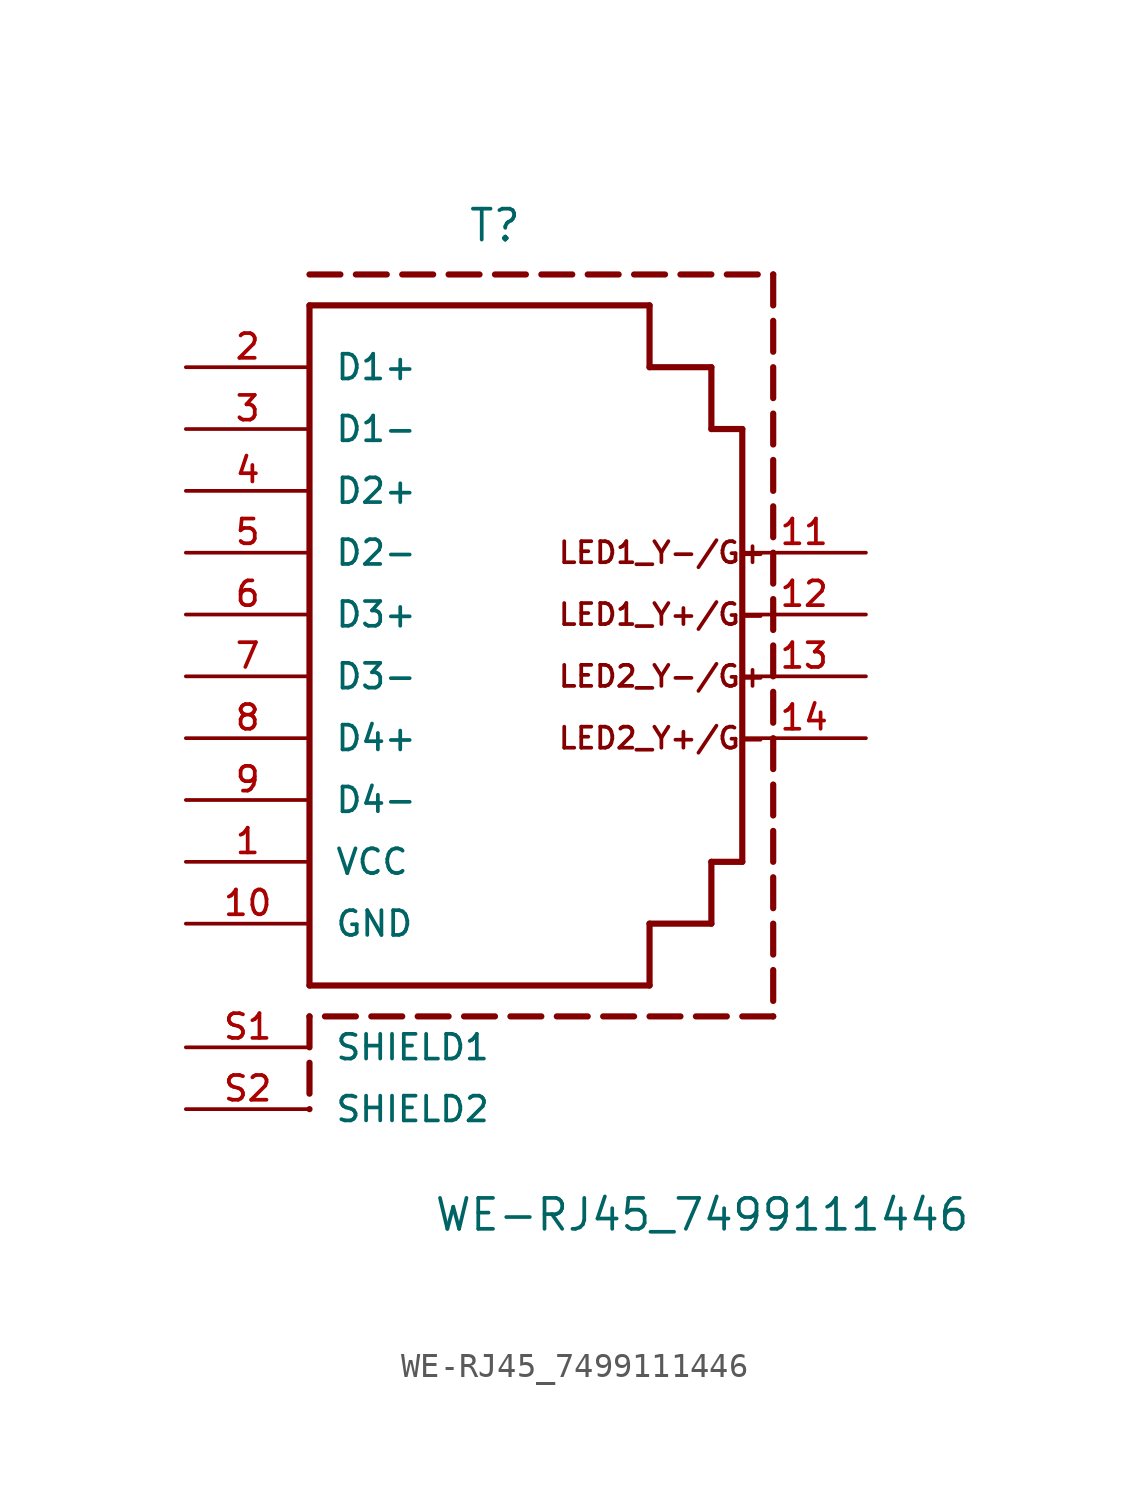
<source format=kicad_sym>
(kicad_symbol_lib
  (version 20211014)
  (generator kicad_symbol_editor)
  (symbol "WE-RJ45_7499111446"
    (pin_names
      (offset 1.016))
    (property "Reference" "T"
      (at 0.0 17.78 0)
      (effects (font (size 1.27 1.27)) (justify bottom)))
    (property "Value" "WE-RJ45_7499111446"
      (at -2.54 -22.86 0)
      (effects (font (size 1.27 1.27)) (justify bottom left)))
    (symbol "WE-RJ45_7499111446_0_0"
      (text "LED1_Y+/G-" (at 2.54 2.54 0) (effects (font (size 0.864 0.864)) (justify left)))
      (text "LED1_Y-/G+" (at 2.54 5.08 0) (effects (font (size 0.864 0.864)) (justify left)))
      (text "LED2_Y-/G+" (at 2.54 0.0 0) (effects (font (size 0.864 0.864)) (justify left)))
      (text "LED2_Y+/G-" (at 2.54 -2.54 0) (effects (font (size 0.864 0.864)) (justify left)))
      (polyline (pts (xy -7.62 15.24) (xy 6.35 15.24)) (stroke (width 0.254)))
      (polyline (pts (xy 10.16 10.16) (xy 10.16 -7.62)) (stroke (width 0.254)))
      (polyline (pts (xy 6.35 -12.7) (xy -7.62 -12.7)) (stroke (width 0.254)))
      (polyline (pts (xy -7.62 -12.7) (xy -7.62 15.24)) (stroke (width 0.254)))
      (polyline (pts (xy 6.35 15.24) (xy 6.35 12.7)) (stroke (width 0.254)))
      (polyline (pts (xy 6.35 12.7) (xy 8.89 12.7)) (stroke (width 0.254)))
      (polyline (pts (xy 8.89 12.7) (xy 8.89 10.16)) (stroke (width 0.254)))
      (polyline (pts (xy 8.89 10.16) (xy 10.16 10.16)) (stroke (width 0.254)))
      (polyline (pts (xy 6.35 -12.7) (xy 6.35 -10.16)) (stroke (width 0.254)))
      (polyline (pts (xy 6.35 -10.16) (xy 8.89 -10.16)) (stroke (width 0.254)))
      (polyline (pts (xy 8.89 -10.16) (xy 8.89 -7.62)) (stroke (width 0.254)))
      (polyline (pts (xy 8.89 -7.62) (xy 10.16 -7.62)) (stroke (width 0.254)))
      (polyline (pts (xy -7.62 16.51) (xy -6.35 16.51)) (stroke (width 0.254)))
      (polyline (pts (xy -5.715 16.51) (xy -4.445 16.51)) (stroke (width 0.254)))
      (polyline (pts (xy -3.81 16.51) (xy -2.54 16.51)) (stroke (width 0.254)))
      (polyline (pts (xy -1.905 16.51) (xy -0.635 16.51)) (stroke (width 0.254)))
      (polyline (pts (xy -8.88178e-16 16.51) (xy 1.27 16.51)) (stroke (width 0.254)))
      (polyline (pts (xy 1.905 16.51) (xy 3.175 16.51)) (stroke (width 0.254)))
      (polyline (pts (xy 3.81 16.51) (xy 5.08 16.51)) (stroke (width 0.254)))
      (polyline (pts (xy 5.715 16.51) (xy 6.985 16.51)) (stroke (width 0.254)))
      (polyline (pts (xy 7.62 16.51) (xy 8.89 16.51)) (stroke (width 0.254)))
      (polyline (pts (xy 9.525 16.51) (xy 10.795 16.51)) (stroke (width 0.254)))
      (polyline (pts (xy 11.43 16.51) (xy 11.43 16.51)) (stroke (width 0.254)))
      (polyline (pts (xy 11.43 16.51) (xy 11.43 15.24)) (stroke (width 0.254)))
      (polyline (pts (xy 11.43 14.605) (xy 11.43 13.335)) (stroke (width 0.254)))
      (polyline (pts (xy 11.43 12.7) (xy 11.43 11.43)) (stroke (width 0.254)))
      (polyline (pts (xy 11.43 10.795) (xy 11.43 9.525)) (stroke (width 0.254)))
      (polyline (pts (xy 11.43 8.89) (xy 11.43 7.62)) (stroke (width 0.254)))
      (polyline (pts (xy 11.43 6.985) (xy 11.43 5.715)) (stroke (width 0.254)))
      (polyline (pts (xy 11.43 5.08) (xy 11.43 3.81)) (stroke (width 0.254)))
      (polyline (pts (xy 11.43 3.175) (xy 11.43 1.905)) (stroke (width 0.254)))
      (polyline (pts (xy 11.43 1.27) (xy 11.43 0.0)) (stroke (width 0.254)))
      (polyline (pts (xy 11.43 -0.635) (xy 11.43 -1.905)) (stroke (width 0.254)))
      (polyline (pts (xy 11.43 -2.54) (xy 11.43 -3.81)) (stroke (width 0.254)))
      (polyline (pts (xy 11.43 -4.445) (xy 11.43 -5.715)) (stroke (width 0.254)))
      (polyline (pts (xy 11.43 -6.35) (xy 11.43 -7.62)) (stroke (width 0.254)))
      (polyline (pts (xy 11.43 -8.255) (xy 11.43 -9.525)) (stroke (width 0.254)))
      (polyline (pts (xy 11.43 -10.16) (xy 11.43 -11.43)) (stroke (width 0.254)))
      (polyline (pts (xy 11.43 -12.065) (xy 11.43 -13.335)) (stroke (width 0.254)))
      (polyline (pts (xy 11.43 -13.97) (xy 11.43 -13.97)) (stroke (width 0.254)))
      (polyline (pts (xy 11.43 -13.97) (xy 10.16 -13.97)) (stroke (width 0.254)))
      (polyline (pts (xy 9.525 -13.97) (xy 8.255 -13.97)) (stroke (width 0.254)))
      (polyline (pts (xy 7.62 -13.97) (xy 6.35 -13.97)) (stroke (width 0.254)))
      (polyline (pts (xy 5.715 -13.97) (xy 4.445 -13.97)) (stroke (width 0.254)))
      (polyline (pts (xy 3.81 -13.97) (xy 2.54 -13.97)) (stroke (width 0.254)))
      (polyline (pts (xy 1.905 -13.97) (xy 0.635 -13.97)) (stroke (width 0.254)))
      (polyline (pts (xy 0.0 -13.97) (xy -1.27 -13.97)) (stroke (width 0.254)))
      (polyline (pts (xy -1.905 -13.97) (xy -3.175 -13.97)) (stroke (width 0.254)))
      (polyline (pts (xy -3.81 -13.97) (xy -5.08 -13.97)) (stroke (width 0.254)))
      (polyline (pts (xy -5.715 -13.97) (xy -6.985 -13.97)) (stroke (width 0.254)))
      (polyline (pts (xy -7.62 -13.97) (xy -7.62 -13.97)) (stroke (width 0.254)))
      (polyline (pts (xy -7.62 -13.97) (xy -7.62 -15.24)) (stroke (width 0.254)))
      (polyline (pts (xy -7.62 -15.875) (xy -7.62 -17.145)) (stroke (width 0.254)))
      (polyline (pts (xy -7.62 -17.78) (xy -7.62 -17.78)) (stroke (width 0.254)))
      (pin passive line (at -12.7 -5.08 0) (length 5.08) (name "D4-" (effects (font (size 1.016 1.016)))) (number "9" (effects (font (size 1.016 1.016)))))
      (pin passive line (at -12.7 2.54 0) (length 5.08) (name "D3+" (effects (font (size 1.016 1.016)))) (number "6" (effects (font (size 1.016 1.016)))))
      (pin passive line (at -12.7 -10.16 0) (length 5.08) (name "GND" (effects (font (size 1.016 1.016)))) (number "10" (effects (font (size 1.016 1.016)))))
      (pin passive line (at -12.7 -2.54 0) (length 5.08) (name "D4+" (effects (font (size 1.016 1.016)))) (number "8" (effects (font (size 1.016 1.016)))))
      (pin passive line (at -12.7 0.0 0) (length 5.08) (name "D3-" (effects (font (size 1.016 1.016)))) (number "7" (effects (font (size 1.016 1.016)))))
      (pin passive line (at -12.7 12.7 0) (length 5.08) (name "D1+" (effects (font (size 1.016 1.016)))) (number "2" (effects (font (size 1.016 1.016)))))
      (pin passive line (at -12.7 10.16 0) (length 5.08) (name "D1-" (effects (font (size 1.016 1.016)))) (number "3" (effects (font (size 1.016 1.016)))))
      (pin passive line (at -12.7 7.62 0) (length 5.08) (name "D2+" (effects (font (size 1.016 1.016)))) (number "4" (effects (font (size 1.016 1.016)))))
      (pin passive line (at -12.7 5.08 0) (length 5.08) (name "D2-" (effects (font (size 1.016 1.016)))) (number "5" (effects (font (size 1.016 1.016)))))
      (pin passive line (at -12.7 -7.62 0) (length 5.08) (name "VCC" (effects (font (size 1.016 1.016)))) (number "1" (effects (font (size 1.016 1.016)))))
      (pin passive line (at -12.7 -15.24 0) (length 5.08) (name "SHIELD1" (effects (font (size 1.016 1.016)))) (number "S1" (effects (font (size 1.016 1.016)))))
      (pin passive line (at -12.7 -17.78 0) (length 5.08) (name "SHIELD2" (effects (font (size 1.016 1.016)))) (number "S2" (effects (font (size 1.016 1.016)))))
      (pin passive line (at 15.24 5.08 180.0) (length 5.08) (name "~" (effects (font (size 1.016 1.016)))) (number "11" (effects (font (size 1.016 1.016)))))
      (pin passive line (at 15.24 2.54 180.0) (length 5.08) (name "~" (effects (font (size 1.016 1.016)))) (number "12" (effects (font (size 1.016 1.016)))))
      (pin passive line (at 15.24 0.0 180.0) (length 5.08) (name "~" (effects (font (size 1.016 1.016)))) (number "13" (effects (font (size 1.016 1.016)))))
      (pin passive line (at 15.24 -2.54 180.0) (length 5.08) (name "~" (effects (font (size 1.016 1.016)))) (number "14" (effects (font (size 1.016 1.016))))))))
</source>
